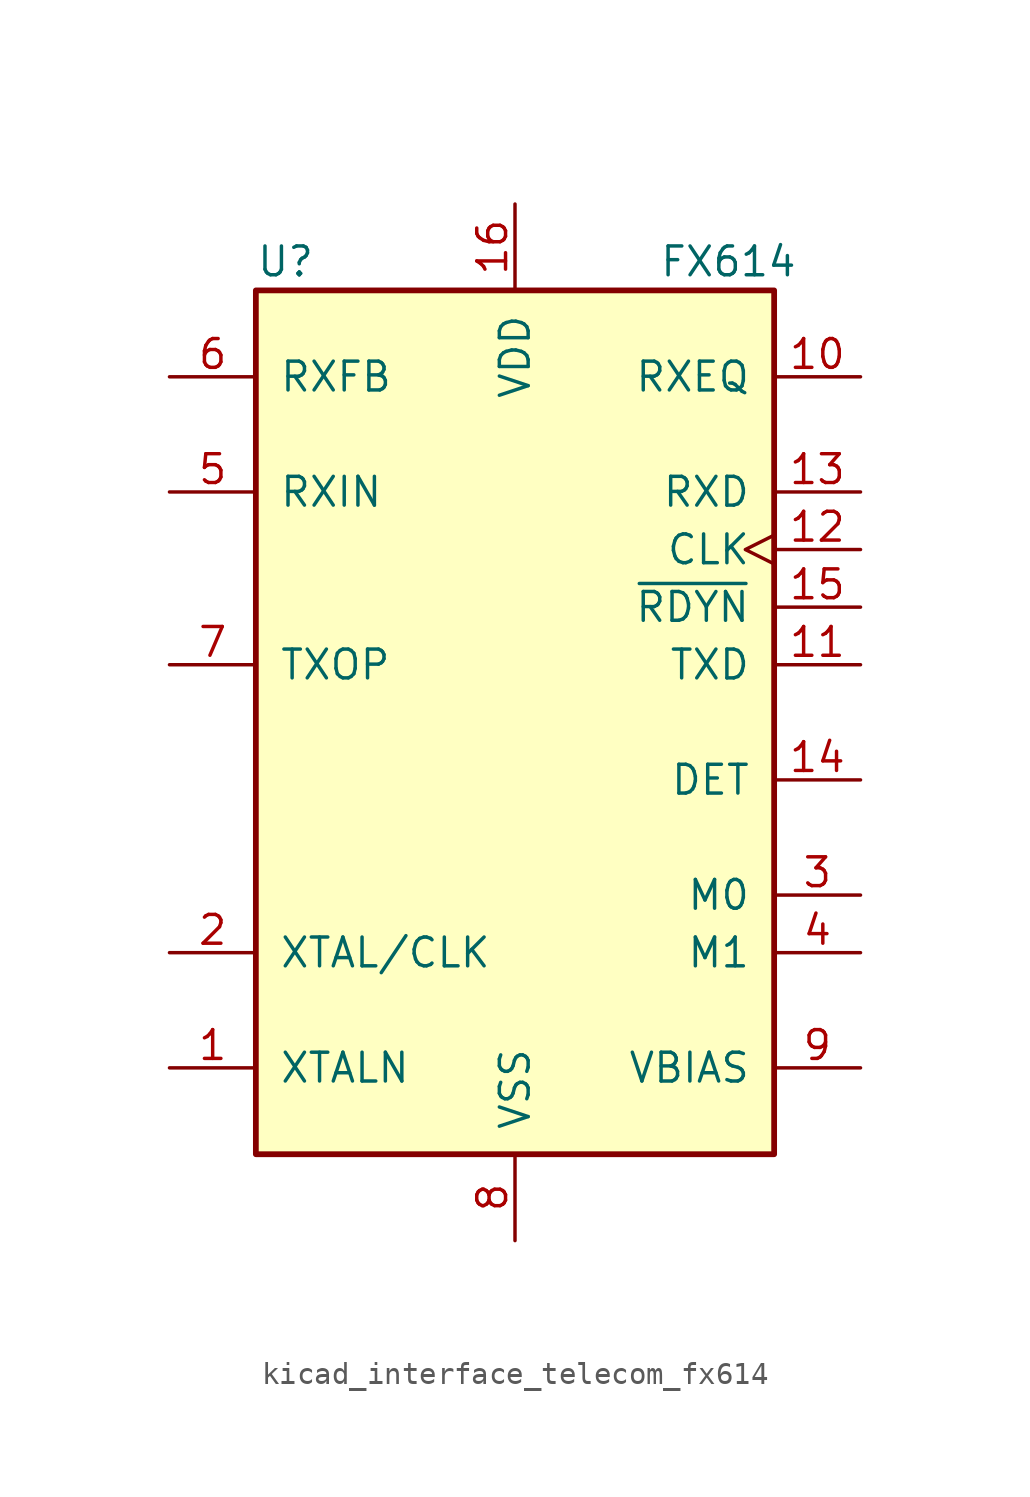
<source format=kicad_sym>
(kicad_symbol_lib
  (version 20220914)
  (generator kicad_symbol_editor)
  (symbol "kicad_interface_telecom_fx614"
    (pin_names
      (offset 1.016))
    (property "Reference" "U"
      (at -11.43 20.32 0)
      (effects (font (size 1.27 1.27)) (justify left)))
    (property "Value" "FX614"
      (at 6.35 20.32 0)
      (effects (font (size 1.27 1.27)) (justify left)))
    (symbol "kicad_interface_telecom_fx614_0_1"
      (rectangle (start -11.43 19.05) (end 11.43 -19.05) (stroke (width 0.254) (type default)) (fill (type background))))
    (symbol "kicad_interface_telecom_fx614_1_1"
      (pin output line (at -15.24 -15.24 0) (length 3.81) (name "XTALN" (effects (font (size 1.27 1.27)))) (number "1" (effects (font (size 1.27 1.27)))))
      (pin input line (at 15.24 15.24 180) (length 3.81) (name "RXEQ" (effects (font (size 1.27 1.27)))) (number "10" (effects (font (size 1.27 1.27)))))
      (pin input line (at 15.24 2.54 180) (length 3.81) (name "TXD" (effects (font (size 1.27 1.27)))) (number "11" (effects (font (size 1.27 1.27)))))
      (pin input clock (at 15.24 7.62 180) (length 3.81) (name "CLK" (effects (font (size 1.27 1.27)))) (number "12" (effects (font (size 1.27 1.27)))))
      (pin output line (at 15.24 10.16 180) (length 3.81) (name "RXD" (effects (font (size 1.27 1.27)))) (number "13" (effects (font (size 1.27 1.27)))))
      (pin output line (at 15.24 -2.54 180) (length 3.81) (name "DET" (effects (font (size 1.27 1.27)))) (number "14" (effects (font (size 1.27 1.27)))))
      (pin output line (at 15.24 5.08 180) (length 3.81) (name "~{RDYN}" (effects (font (size 1.27 1.27)))) (number "15" (effects (font (size 1.27 1.27)))))
      (pin power_in line (at 0 22.86 270) (length 3.81) (name "VDD" (effects (font (size 1.27 1.27)))) (number "16" (effects (font (size 1.27 1.27)))))
      (pin input line (at -15.24 -10.16 0) (length 3.81) (name "XTAL/CLK" (effects (font (size 1.27 1.27)))) (number "2" (effects (font (size 1.27 1.27)))))
      (pin input line (at 15.24 -7.62 180) (length 3.81) (name "M0" (effects (font (size 1.27 1.27)))) (number "3" (effects (font (size 1.27 1.27)))))
      (pin input line (at 15.24 -10.16 180) (length 3.81) (name "M1" (effects (font (size 1.27 1.27)))) (number "4" (effects (font (size 1.27 1.27)))))
      (pin input line (at -15.24 10.16 0) (length 3.81) (name "RXIN" (effects (font (size 1.27 1.27)))) (number "5" (effects (font (size 1.27 1.27)))))
      (pin output line (at -15.24 15.24 0) (length 3.81) (name "RXFB" (effects (font (size 1.27 1.27)))) (number "6" (effects (font (size 1.27 1.27)))))
      (pin output line (at -15.24 2.54 0) (length 3.81) (name "TXOP" (effects (font (size 1.27 1.27)))) (number "7" (effects (font (size 1.27 1.27)))))
      (pin power_in line (at 0 -22.86 90) (length 3.81) (name "VSS" (effects (font (size 1.27 1.27)))) (number "8" (effects (font (size 1.27 1.27)))))
      (pin passive line (at 15.24 -15.24 180) (length 3.81) (name "VBIAS" (effects (font (size 1.27 1.27)))) (number "9" (effects (font (size 1.27 1.27))))))))
</source>
